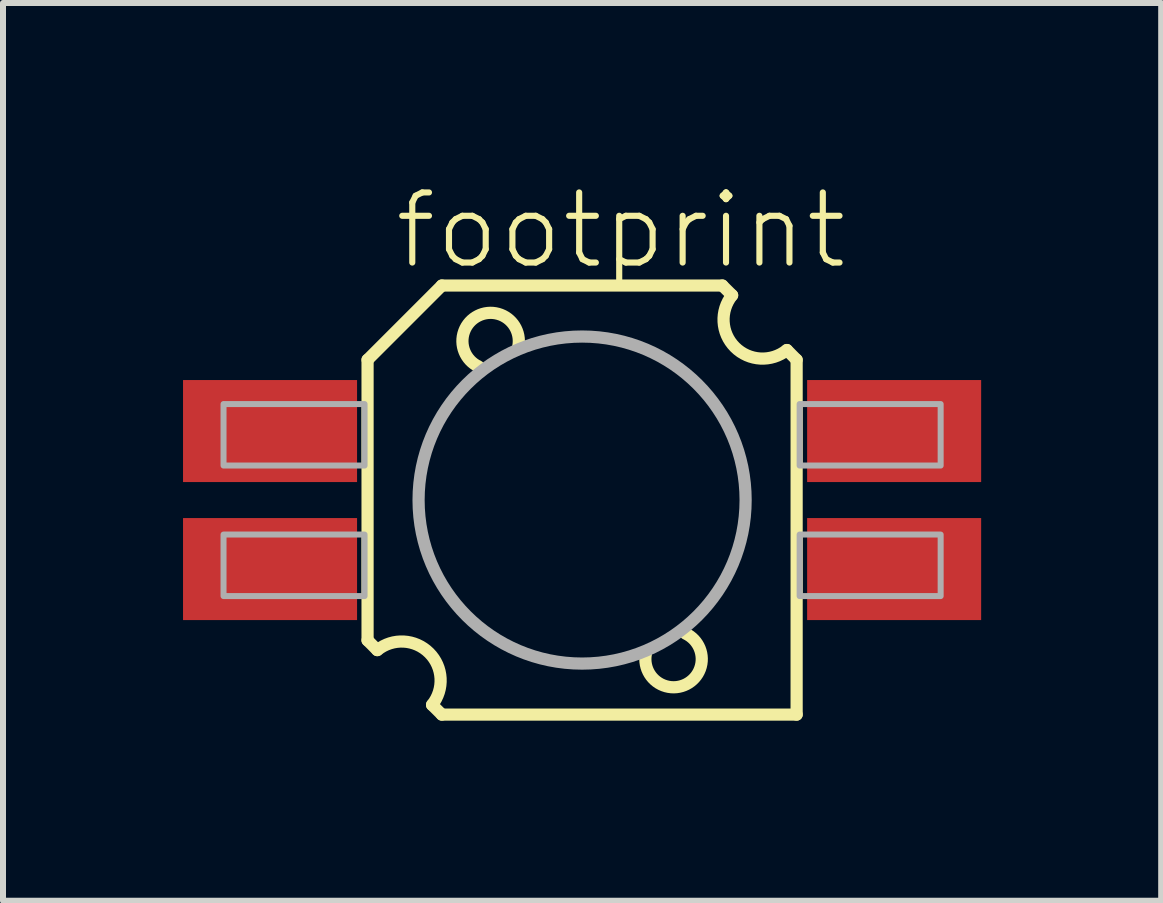
<source format=kicad_pcb>
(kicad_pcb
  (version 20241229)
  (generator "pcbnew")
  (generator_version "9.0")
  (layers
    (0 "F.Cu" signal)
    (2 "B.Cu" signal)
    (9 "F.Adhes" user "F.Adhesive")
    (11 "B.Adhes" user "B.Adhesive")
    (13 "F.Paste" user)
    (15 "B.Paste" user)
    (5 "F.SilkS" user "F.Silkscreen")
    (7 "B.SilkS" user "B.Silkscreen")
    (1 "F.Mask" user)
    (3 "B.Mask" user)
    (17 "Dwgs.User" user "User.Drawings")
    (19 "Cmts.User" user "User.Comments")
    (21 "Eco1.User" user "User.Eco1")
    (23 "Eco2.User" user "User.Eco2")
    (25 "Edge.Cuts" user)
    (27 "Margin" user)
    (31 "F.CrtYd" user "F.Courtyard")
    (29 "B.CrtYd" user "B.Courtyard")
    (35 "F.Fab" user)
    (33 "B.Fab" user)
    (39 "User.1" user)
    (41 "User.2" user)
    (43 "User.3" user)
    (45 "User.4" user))
  (footprint "footprint"
    (layer "F.Cu")
    (at 6.65 5.283)
    (property "Reference" "footprint" (at -3.175 -3.81 0) (layer "F.SilkS") (effects (font (size 1.168 1.168) (thickness 0.102)) (justify left bottom)))
    (fp_poly (pts (xy 2.542 -1.467) (xy 2.542 1.467) (xy 0 2.935) (xy -2.542 1.467) (xy -2.542 -1.467) (xy 0 -2.935)) (stroke (width 0) (type solid)) (fill yes) (layer "F.Mask"))
    (fp_line (start -3.575 -2.337) (end -2.337 -3.575) (stroke (width 0.203) (type solid)) (layer "F.SilkS"))
    (fp_line (start -3.575 2.337) (end -3.575 -2.337) (stroke (width 0.203) (type solid)) (layer "F.SilkS"))
    (fp_line (start -3.413 2.5) (end -3.575 2.337) (stroke (width 0.203) (type solid)) (layer "F.SilkS"))
    (fp_line (start -2.337 -3.575) (end 2.337 -3.575) (stroke (width 0.203) (type solid)) (layer "F.SilkS"))
    (fp_line (start -2.337 3.575) (end -2.5 3.413) (stroke (width 0.203) (type solid)) (layer "F.SilkS"))
    (fp_line (start 2.337 -3.575) (end 2.5 -3.413) (stroke (width 0.203) (type solid)) (layer "F.SilkS"))
    (fp_line (start 3.413 -2.5) (end 3.575 -2.337) (stroke (width 0.203) (type solid)) (layer "F.SilkS"))
    (fp_line (start 3.575 -2.337) (end 3.575 3.575) (stroke (width 0.203) (type solid)) (layer "F.SilkS"))
    (fp_line (start 3.575 3.575) (end -2.337 3.575) (stroke (width 0.203) (type solid)) (layer "F.SilkS"))
    (fp_arc (start -3.4125 2.5) (mid -2.547491 2.547491) (end -2.5 3.4125) (stroke (width 0.2032) (type solid)) (layer "F.SilkS"))
    (fp_arc (start -1.725 -2.225) (mid -1.73764 -3.068795) (end -1.0625 -2.562498) (stroke (width 0.2032) (type solid)) (layer "F.SilkS"))
    (fp_arc (start 1.725 2.225) (mid 1.73764 3.068795) (end 1.0625 2.562498) (stroke (width 0.2032) (type solid)) (layer "F.SilkS"))
    (fp_arc (start 3.4125 -2.5) (mid 2.547491 -2.547491) (end 2.5 -3.4125) (stroke (width 0.2032) (type solid)) (layer "F.SilkS"))
    (fp_poly (pts (xy 2.542 -1.467) (xy 2.542 1.467) (xy 0 2.935) (xy -2.542 1.467) (xy -2.542 -1.467) (xy 0 -2.935)) (stroke (width 0) (type solid)) (fill yes) (layer "F.Paste"))
    (fp_circle (center 0 0) (end 2.725 0) (stroke (width 0.203) (type solid)) (fill no) (layer "F.Fab"))
    (fp_poly (pts (xy -5.975 -0.575) (xy -3.625 -0.575) (xy -3.625 -1.6) (xy -5.975 -1.6)) (stroke (width 0.1) (type solid)) (fill no) (layer "F.Fab"))
    (fp_poly (pts (xy -5.975 1.6) (xy -3.625 1.6) (xy -3.625 0.575) (xy -5.975 0.575)) (stroke (width 0.1) (type solid)) (fill no) (layer "F.Fab"))
    (fp_poly (pts (xy 5.975 -1.6) (xy 3.625 -1.6) (xy 3.625 -0.575) (xy 5.975 -0.575)) (stroke (width 0.1) (type solid)) (fill no) (layer "F.Fab"))
    (fp_poly (pts (xy 5.975 0.575) (xy 3.625 0.575) (xy 3.625 1.6) (xy 5.975 1.6)) (stroke (width 0.1) (type solid)) (fill no) (layer "F.Fab"))
    (pad "1NC" smd rect (at -5.2 -1.15) (size 2.9 1.7) (layers "F.Cu" "F.Mask" "F.Paste"))
    (pad "2+" smd rect (at -5.2 1.15) (size 2.9 1.7) (layers "F.Cu" "F.Mask" "F.Paste"))
    (pad "3NC" smd rect (at 5.2 1.15 180) (size 2.9 1.7) (layers "F.Cu" "F.Mask" "F.Paste"))
    (pad "4-" smd rect (at 5.2 -1.15 180) (size 2.9 1.7) (layers "F.Cu" "F.Mask" "F.Paste")))
  (gr_rect
    (start -3 -3)
    (end 16.3 11.96)
    (stroke (width 0.1) (type default))
    (fill no)
    (layer "Edge.Cuts")))
</source>
